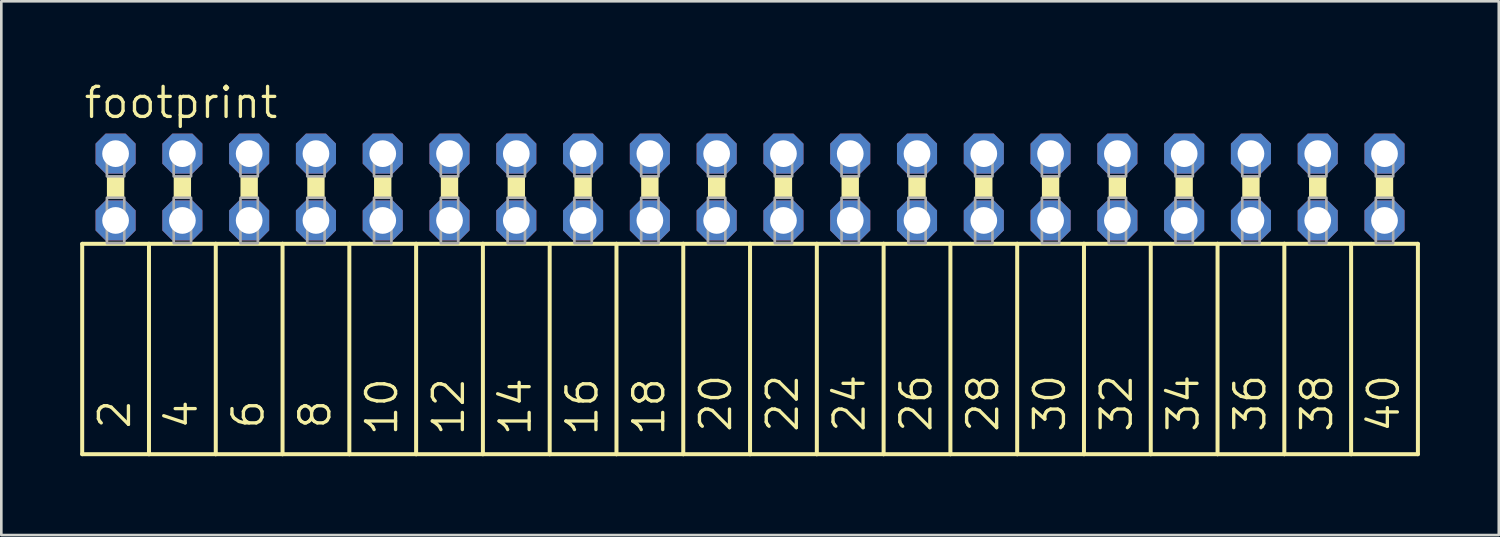
<source format=kicad_pcb>
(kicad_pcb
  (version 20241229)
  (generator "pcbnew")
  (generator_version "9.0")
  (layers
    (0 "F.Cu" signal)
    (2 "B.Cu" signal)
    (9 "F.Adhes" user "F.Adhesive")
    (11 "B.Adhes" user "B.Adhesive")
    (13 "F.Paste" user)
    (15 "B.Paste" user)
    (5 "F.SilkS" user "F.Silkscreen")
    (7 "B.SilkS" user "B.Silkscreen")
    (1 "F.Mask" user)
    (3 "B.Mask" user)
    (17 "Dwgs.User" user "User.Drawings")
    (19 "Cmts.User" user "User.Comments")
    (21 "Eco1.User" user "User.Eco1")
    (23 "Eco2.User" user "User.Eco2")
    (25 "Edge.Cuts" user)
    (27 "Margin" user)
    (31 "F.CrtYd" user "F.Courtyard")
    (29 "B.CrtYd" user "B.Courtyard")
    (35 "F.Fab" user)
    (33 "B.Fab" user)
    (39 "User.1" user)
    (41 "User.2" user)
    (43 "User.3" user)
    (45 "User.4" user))
  (footprint "footprint"
    (layer "F.Cu")
    (at 25.476 4.064)
    (property "Reference" "footprint" (at -25.4 -2.54 0) (layer "F.SilkS") (effects (font (size 1.143 1.143) (thickness 0.127)) (justify left bottom)))
    (fp_line (start -25.4 2.159) (end -25.4 10.16) (stroke (width 0.152) (type solid)) (layer "F.SilkS"))
    (fp_line (start -25.4 2.159) (end -22.86 2.159) (stroke (width 0.152) (type solid)) (layer "F.SilkS"))
    (fp_line (start -22.86 2.159) (end -22.86 10.16) (stroke (width 0.152) (type solid)) (layer "F.SilkS"))
    (fp_line (start -22.86 2.159) (end -20.32 2.159) (stroke (width 0.152) (type solid)) (layer "F.SilkS"))
    (fp_line (start -22.86 10.16) (end -25.4 10.16) (stroke (width 0.152) (type solid)) (layer "F.SilkS"))
    (fp_line (start -20.32 2.159) (end -20.32 10.16) (stroke (width 0.152) (type solid)) (layer "F.SilkS"))
    (fp_line (start -20.32 2.159) (end -17.78 2.159) (stroke (width 0.152) (type solid)) (layer "F.SilkS"))
    (fp_line (start -20.32 10.16) (end -22.86 10.16) (stroke (width 0.152) (type solid)) (layer "F.SilkS"))
    (fp_line (start -17.78 2.159) (end -17.78 10.16) (stroke (width 0.152) (type solid)) (layer "F.SilkS"))
    (fp_line (start -17.78 10.16) (end -20.32 10.16) (stroke (width 0.152) (type solid)) (layer "F.SilkS"))
    (fp_line (start -15.24 2.159) (end -17.78 2.159) (stroke (width 0.152) (type solid)) (layer "F.SilkS"))
    (fp_line (start -15.24 2.159) (end -15.24 10.16) (stroke (width 0.152) (type solid)) (layer "F.SilkS"))
    (fp_line (start -15.24 2.159) (end -12.7 2.159) (stroke (width 0.152) (type solid)) (layer "F.SilkS"))
    (fp_line (start -15.24 10.16) (end -17.78 10.16) (stroke (width 0.152) (type solid)) (layer "F.SilkS"))
    (fp_line (start -12.7 2.159) (end -12.7 10.16) (stroke (width 0.152) (type solid)) (layer "F.SilkS"))
    (fp_line (start -12.7 2.159) (end -10.16 2.159) (stroke (width 0.152) (type solid)) (layer "F.SilkS"))
    (fp_line (start -12.7 10.16) (end -15.24 10.16) (stroke (width 0.152) (type solid)) (layer "F.SilkS"))
    (fp_line (start -10.16 2.159) (end -10.16 10.16) (stroke (width 0.152) (type solid)) (layer "F.SilkS"))
    (fp_line (start -10.16 2.159) (end -7.62 2.159) (stroke (width 0.152) (type solid)) (layer "F.SilkS"))
    (fp_line (start -10.16 10.16) (end -12.7 10.16) (stroke (width 0.152) (type solid)) (layer "F.SilkS"))
    (fp_line (start -7.62 2.159) (end -7.62 10.16) (stroke (width 0.152) (type solid)) (layer "F.SilkS"))
    (fp_line (start -7.62 2.159) (end -5.08 2.159) (stroke (width 0.152) (type solid)) (layer "F.SilkS"))
    (fp_line (start -7.62 10.16) (end -10.16 10.16) (stroke (width 0.152) (type solid)) (layer "F.SilkS"))
    (fp_line (start -5.08 2.159) (end -5.08 10.16) (stroke (width 0.152) (type solid)) (layer "F.SilkS"))
    (fp_line (start -5.08 10.16) (end -7.62 10.16) (stroke (width 0.152) (type solid)) (layer "F.SilkS"))
    (fp_line (start -2.54 2.159) (end -5.08 2.159) (stroke (width 0.152) (type solid)) (layer "F.SilkS"))
    (fp_line (start -2.54 2.159) (end -2.54 10.16) (stroke (width 0.152) (type solid)) (layer "F.SilkS"))
    (fp_line (start -2.54 2.159) (end 0 2.159) (stroke (width 0.152) (type solid)) (layer "F.SilkS"))
    (fp_line (start -2.54 10.16) (end -5.08 10.16) (stroke (width 0.152) (type solid)) (layer "F.SilkS"))
    (fp_line (start 0 2.159) (end 0 10.16) (stroke (width 0.152) (type solid)) (layer "F.SilkS"))
    (fp_line (start 0 2.159) (end 2.54 2.159) (stroke (width 0.152) (type solid)) (layer "F.SilkS"))
    (fp_line (start 0 10.16) (end -2.54 10.16) (stroke (width 0.152) (type solid)) (layer "F.SilkS"))
    (fp_line (start 2.54 2.159) (end 2.54 10.16) (stroke (width 0.152) (type solid)) (layer "F.SilkS"))
    (fp_line (start 2.54 2.159) (end 5.08 2.159) (stroke (width 0.152) (type solid)) (layer "F.SilkS"))
    (fp_line (start 2.54 10.16) (end 0 10.16) (stroke (width 0.152) (type solid)) (layer "F.SilkS"))
    (fp_line (start 5.08 2.159) (end 5.08 10.16) (stroke (width 0.152) (type solid)) (layer "F.SilkS"))
    (fp_line (start 5.08 2.159) (end 7.62 2.159) (stroke (width 0.152) (type solid)) (layer "F.SilkS"))
    (fp_line (start 5.08 10.16) (end 2.54 10.16) (stroke (width 0.152) (type solid)) (layer "F.SilkS"))
    (fp_line (start 7.62 2.159) (end 7.62 10.16) (stroke (width 0.152) (type solid)) (layer "F.SilkS"))
    (fp_line (start 7.62 10.16) (end 5.08 10.16) (stroke (width 0.152) (type solid)) (layer "F.SilkS"))
    (fp_line (start 10.16 2.159) (end 7.62 2.159) (stroke (width 0.152) (type solid)) (layer "F.SilkS"))
    (fp_line (start 10.16 2.159) (end 10.16 10.16) (stroke (width 0.152) (type solid)) (layer "F.SilkS"))
    (fp_line (start 10.16 2.159) (end 12.7 2.159) (stroke (width 0.152) (type solid)) (layer "F.SilkS"))
    (fp_line (start 10.16 10.16) (end 7.62 10.16) (stroke (width 0.152) (type solid)) (layer "F.SilkS"))
    (fp_line (start 12.7 2.159) (end 12.7 10.16) (stroke (width 0.152) (type solid)) (layer "F.SilkS"))
    (fp_line (start 12.7 2.159) (end 15.24 2.159) (stroke (width 0.152) (type solid)) (layer "F.SilkS"))
    (fp_line (start 12.7 10.16) (end 10.16 10.16) (stroke (width 0.152) (type solid)) (layer "F.SilkS"))
    (fp_line (start 15.24 2.159) (end 15.24 10.16) (stroke (width 0.152) (type solid)) (layer "F.SilkS"))
    (fp_line (start 15.24 2.159) (end 17.78 2.159) (stroke (width 0.152) (type solid)) (layer "F.SilkS"))
    (fp_line (start 15.24 10.16) (end 12.7 10.16) (stroke (width 0.152) (type solid)) (layer "F.SilkS"))
    (fp_line (start 17.78 2.159) (end 17.78 10.16) (stroke (width 0.152) (type solid)) (layer "F.SilkS"))
    (fp_line (start 17.78 2.159) (end 20.32 2.159) (stroke (width 0.152) (type solid)) (layer "F.SilkS"))
    (fp_line (start 17.78 10.16) (end 15.24 10.16) (stroke (width 0.152) (type solid)) (layer "F.SilkS"))
    (fp_line (start 20.32 2.159) (end 20.32 10.16) (stroke (width 0.152) (type solid)) (layer "F.SilkS"))
    (fp_line (start 20.32 10.16) (end 17.78 10.16) (stroke (width 0.152) (type solid)) (layer "F.SilkS"))
    (fp_line (start 22.86 2.159) (end 20.32 2.159) (stroke (width 0.152) (type solid)) (layer "F.SilkS"))
    (fp_line (start 22.86 2.159) (end 22.86 10.16) (stroke (width 0.152) (type solid)) (layer "F.SilkS"))
    (fp_line (start 22.86 2.159) (end 25.4 2.159) (stroke (width 0.152) (type solid)) (layer "F.SilkS"))
    (fp_line (start 22.86 10.16) (end 20.32 10.16) (stroke (width 0.152) (type solid)) (layer "F.SilkS"))
    (fp_line (start 25.4 2.159) (end 25.4 10.16) (stroke (width 0.152) (type solid)) (layer "F.SilkS"))
    (fp_line (start 25.4 10.16) (end 22.86 10.16) (stroke (width 0.152) (type solid)) (layer "F.SilkS"))
    (fp_poly (pts (xy -24.46 0.406) (xy -23.8 0.406) (xy -23.8 -0.406) (xy -24.46 -0.406)) (stroke (width 0) (type solid)) (fill yes) (layer "F.SilkS"))
    (fp_poly (pts (xy -21.92 0.406) (xy -21.26 0.406) (xy -21.26 -0.406) (xy -21.92 -0.406)) (stroke (width 0) (type solid)) (fill yes) (layer "F.SilkS"))
    (fp_poly (pts (xy -19.38 0.406) (xy -18.72 0.406) (xy -18.72 -0.406) (xy -19.38 -0.406)) (stroke (width 0) (type solid)) (fill yes) (layer "F.SilkS"))
    (fp_poly (pts (xy -16.84 0.406) (xy -16.18 0.406) (xy -16.18 -0.406) (xy -16.84 -0.406)) (stroke (width 0) (type solid)) (fill yes) (layer "F.SilkS"))
    (fp_poly (pts (xy -14.3 0.406) (xy -13.64 0.406) (xy -13.64 -0.406) (xy -14.3 -0.406)) (stroke (width 0) (type solid)) (fill yes) (layer "F.SilkS"))
    (fp_poly (pts (xy -11.76 0.406) (xy -11.1 0.406) (xy -11.1 -0.406) (xy -11.76 -0.406)) (stroke (width 0) (type solid)) (fill yes) (layer "F.SilkS"))
    (fp_poly (pts (xy -9.22 0.406) (xy -8.56 0.406) (xy -8.56 -0.406) (xy -9.22 -0.406)) (stroke (width 0) (type solid)) (fill yes) (layer "F.SilkS"))
    (fp_poly (pts (xy -6.68 0.406) (xy -6.02 0.406) (xy -6.02 -0.406) (xy -6.68 -0.406)) (stroke (width 0) (type solid)) (fill yes) (layer "F.SilkS"))
    (fp_poly (pts (xy -4.14 0.406) (xy -3.48 0.406) (xy -3.48 -0.406) (xy -4.14 -0.406)) (stroke (width 0) (type solid)) (fill yes) (layer "F.SilkS"))
    (fp_poly (pts (xy -1.6 0.406) (xy -0.94 0.406) (xy -0.94 -0.406) (xy -1.6 -0.406)) (stroke (width 0) (type solid)) (fill yes) (layer "F.SilkS"))
    (fp_poly (pts (xy 0.94 0.406) (xy 1.6 0.406) (xy 1.6 -0.406) (xy 0.94 -0.406)) (stroke (width 0) (type solid)) (fill yes) (layer "F.SilkS"))
    (fp_poly (pts (xy 3.48 0.406) (xy 4.14 0.406) (xy 4.14 -0.406) (xy 3.48 -0.406)) (stroke (width 0) (type solid)) (fill yes) (layer "F.SilkS"))
    (fp_poly (pts (xy 6.02 0.406) (xy 6.68 0.406) (xy 6.68 -0.406) (xy 6.02 -0.406)) (stroke (width 0) (type solid)) (fill yes) (layer "F.SilkS"))
    (fp_poly (pts (xy 8.56 0.406) (xy 9.22 0.406) (xy 9.22 -0.406) (xy 8.56 -0.406)) (stroke (width 0) (type solid)) (fill yes) (layer "F.SilkS"))
    (fp_poly (pts (xy 11.1 0.406) (xy 11.76 0.406) (xy 11.76 -0.406) (xy 11.1 -0.406)) (stroke (width 0) (type solid)) (fill yes) (layer "F.SilkS"))
    (fp_poly (pts (xy 13.64 0.406) (xy 14.3 0.406) (xy 14.3 -0.406) (xy 13.64 -0.406)) (stroke (width 0) (type solid)) (fill yes) (layer "F.SilkS"))
    (fp_poly (pts (xy 16.18 0.406) (xy 16.84 0.406) (xy 16.84 -0.406) (xy 16.18 -0.406)) (stroke (width 0) (type solid)) (fill yes) (layer "F.SilkS"))
    (fp_poly (pts (xy 18.72 0.406) (xy 19.38 0.406) (xy 19.38 -0.406) (xy 18.72 -0.406)) (stroke (width 0) (type solid)) (fill yes) (layer "F.SilkS"))
    (fp_poly (pts (xy 21.26 0.406) (xy 21.92 0.406) (xy 21.92 -0.406) (xy 21.26 -0.406)) (stroke (width 0) (type solid)) (fill yes) (layer "F.SilkS"))
    (fp_poly (pts (xy 23.8 0.406) (xy 24.46 0.406) (xy 24.46 -0.406) (xy 23.8 -0.406)) (stroke (width 0) (type solid)) (fill yes) (layer "F.SilkS"))
    (fp_poly (pts (xy -24.46 -0.406) (xy -23.8 -0.406) (xy -23.8 -1.575) (xy -24.46 -1.575)) (stroke (width 0.1) (type solid)) (fill no) (layer "F.Fab"))
    (fp_poly (pts (xy -24.46 2.134) (xy -23.8 2.134) (xy -23.8 0.406) (xy -24.46 0.406)) (stroke (width 0.1) (type solid)) (fill no) (layer "F.Fab"))
    (fp_poly (pts (xy -21.92 -0.406) (xy -21.26 -0.406) (xy -21.26 -1.575) (xy -21.92 -1.575)) (stroke (width 0.1) (type solid)) (fill no) (layer "F.Fab"))
    (fp_poly (pts (xy -21.92 2.134) (xy -21.26 2.134) (xy -21.26 0.406) (xy -21.92 0.406)) (stroke (width 0.1) (type solid)) (fill no) (layer "F.Fab"))
    (fp_poly (pts (xy -19.38 -0.406) (xy -18.72 -0.406) (xy -18.72 -1.575) (xy -19.38 -1.575)) (stroke (width 0.1) (type solid)) (fill no) (layer "F.Fab"))
    (fp_poly (pts (xy -19.38 2.134) (xy -18.72 2.134) (xy -18.72 0.406) (xy -19.38 0.406)) (stroke (width 0.1) (type solid)) (fill no) (layer "F.Fab"))
    (fp_poly (pts (xy -16.84 -0.406) (xy -16.18 -0.406) (xy -16.18 -1.575) (xy -16.84 -1.575)) (stroke (width 0.1) (type solid)) (fill no) (layer "F.Fab"))
    (fp_poly (pts (xy -16.84 2.134) (xy -16.18 2.134) (xy -16.18 0.406) (xy -16.84 0.406)) (stroke (width 0.1) (type solid)) (fill no) (layer "F.Fab"))
    (fp_poly (pts (xy -14.3 -0.406) (xy -13.64 -0.406) (xy -13.64 -1.575) (xy -14.3 -1.575)) (stroke (width 0.1) (type solid)) (fill no) (layer "F.Fab"))
    (fp_poly (pts (xy -14.3 2.134) (xy -13.64 2.134) (xy -13.64 0.406) (xy -14.3 0.406)) (stroke (width 0.1) (type solid)) (fill no) (layer "F.Fab"))
    (fp_poly (pts (xy -11.76 -0.406) (xy -11.1 -0.406) (xy -11.1 -1.575) (xy -11.76 -1.575)) (stroke (width 0.1) (type solid)) (fill no) (layer "F.Fab"))
    (fp_poly (pts (xy -11.76 2.134) (xy -11.1 2.134) (xy -11.1 0.406) (xy -11.76 0.406)) (stroke (width 0.1) (type solid)) (fill no) (layer "F.Fab"))
    (fp_poly (pts (xy -9.22 -0.406) (xy -8.56 -0.406) (xy -8.56 -1.575) (xy -9.22 -1.575)) (stroke (width 0.1) (type solid)) (fill no) (layer "F.Fab"))
    (fp_poly (pts (xy -9.22 2.134) (xy -8.56 2.134) (xy -8.56 0.406) (xy -9.22 0.406)) (stroke (width 0.1) (type solid)) (fill no) (layer "F.Fab"))
    (fp_poly (pts (xy -6.68 -0.406) (xy -6.02 -0.406) (xy -6.02 -1.575) (xy -6.68 -1.575)) (stroke (width 0.1) (type solid)) (fill no) (layer "F.Fab"))
    (fp_poly (pts (xy -6.68 2.134) (xy -6.02 2.134) (xy -6.02 0.406) (xy -6.68 0.406)) (stroke (width 0.1) (type solid)) (fill no) (layer "F.Fab"))
    (fp_poly (pts (xy -4.14 -0.406) (xy -3.48 -0.406) (xy -3.48 -1.575) (xy -4.14 -1.575)) (stroke (width 0.1) (type solid)) (fill no) (layer "F.Fab"))
    (fp_poly (pts (xy -4.14 2.134) (xy -3.48 2.134) (xy -3.48 0.406) (xy -4.14 0.406)) (stroke (width 0.1) (type solid)) (fill no) (layer "F.Fab"))
    (fp_poly (pts (xy -1.6 -0.406) (xy -0.94 -0.406) (xy -0.94 -1.575) (xy -1.6 -1.575)) (stroke (width 0.1) (type solid)) (fill no) (layer "F.Fab"))
    (fp_poly (pts (xy -1.6 2.134) (xy -0.94 2.134) (xy -0.94 0.406) (xy -1.6 0.406)) (stroke (width 0.1) (type solid)) (fill no) (layer "F.Fab"))
    (fp_poly (pts (xy 0.94 -0.406) (xy 1.6 -0.406) (xy 1.6 -1.575) (xy 0.94 -1.575)) (stroke (width 0.1) (type solid)) (fill no) (layer "F.Fab"))
    (fp_poly (pts (xy 0.94 2.134) (xy 1.6 2.134) (xy 1.6 0.406) (xy 0.94 0.406)) (stroke (width 0.1) (type solid)) (fill no) (layer "F.Fab"))
    (fp_poly (pts (xy 3.48 -0.406) (xy 4.14 -0.406) (xy 4.14 -1.575) (xy 3.48 -1.575)) (stroke (width 0.1) (type solid)) (fill no) (layer "F.Fab"))
    (fp_poly (pts (xy 3.48 2.134) (xy 4.14 2.134) (xy 4.14 0.406) (xy 3.48 0.406)) (stroke (width 0.1) (type solid)) (fill no) (layer "F.Fab"))
    (fp_poly (pts (xy 6.02 -0.406) (xy 6.68 -0.406) (xy 6.68 -1.575) (xy 6.02 -1.575)) (stroke (width 0.1) (type solid)) (fill no) (layer "F.Fab"))
    (fp_poly (pts (xy 6.02 2.134) (xy 6.68 2.134) (xy 6.68 0.406) (xy 6.02 0.406)) (stroke (width 0.1) (type solid)) (fill no) (layer "F.Fab"))
    (fp_poly (pts (xy 8.56 -0.406) (xy 9.22 -0.406) (xy 9.22 -1.575) (xy 8.56 -1.575)) (stroke (width 0.1) (type solid)) (fill no) (layer "F.Fab"))
    (fp_poly (pts (xy 8.56 2.134) (xy 9.22 2.134) (xy 9.22 0.406) (xy 8.56 0.406)) (stroke (width 0.1) (type solid)) (fill no) (layer "F.Fab"))
    (fp_poly (pts (xy 11.1 -0.406) (xy 11.76 -0.406) (xy 11.76 -1.575) (xy 11.1 -1.575)) (stroke (width 0.1) (type solid)) (fill no) (layer "F.Fab"))
    (fp_poly (pts (xy 11.1 2.134) (xy 11.76 2.134) (xy 11.76 0.406) (xy 11.1 0.406)) (stroke (width 0.1) (type solid)) (fill no) (layer "F.Fab"))
    (fp_poly (pts (xy 13.64 -0.406) (xy 14.3 -0.406) (xy 14.3 -1.575) (xy 13.64 -1.575)) (stroke (width 0.1) (type solid)) (fill no) (layer "F.Fab"))
    (fp_poly (pts (xy 13.64 2.134) (xy 14.3 2.134) (xy 14.3 0.406) (xy 13.64 0.406)) (stroke (width 0.1) (type solid)) (fill no) (layer "F.Fab"))
    (fp_poly (pts (xy 16.18 -0.406) (xy 16.84 -0.406) (xy 16.84 -1.575) (xy 16.18 -1.575)) (stroke (width 0.1) (type solid)) (fill no) (layer "F.Fab"))
    (fp_poly (pts (xy 16.18 2.134) (xy 16.84 2.134) (xy 16.84 0.406) (xy 16.18 0.406)) (stroke (width 0.1) (type solid)) (fill no) (layer "F.Fab"))
    (fp_poly (pts (xy 18.72 -0.406) (xy 19.38 -0.406) (xy 19.38 -1.575) (xy 18.72 -1.575)) (stroke (width 0.1) (type solid)) (fill no) (layer "F.Fab"))
    (fp_poly (pts (xy 18.72 2.134) (xy 19.38 2.134) (xy 19.38 0.406) (xy 18.72 0.406)) (stroke (width 0.1) (type solid)) (fill no) (layer "F.Fab"))
    (fp_poly (pts (xy 21.26 -0.406) (xy 21.92 -0.406) (xy 21.92 -1.575) (xy 21.26 -1.575)) (stroke (width 0.1) (type solid)) (fill no) (layer "F.Fab"))
    (fp_poly (pts (xy 21.26 2.134) (xy 21.92 2.134) (xy 21.92 0.406) (xy 21.26 0.406)) (stroke (width 0.1) (type solid)) (fill no) (layer "F.Fab"))
    (fp_poly (pts (xy 23.8 -0.406) (xy 24.46 -0.406) (xy 24.46 -1.575) (xy 23.8 -1.575)) (stroke (width 0.1) (type solid)) (fill no) (layer "F.Fab"))
    (fp_poly (pts (xy 23.8 2.134) (xy 24.46 2.134) (xy 24.46 0.406) (xy 23.8 0.406)) (stroke (width 0.1) (type solid)) (fill no) (layer "F.Fab"))
    (fp_text user "40" (at 24.765 9.398 90) (layer "F.SilkS") (effects (font (size 1.143 1.143) (thickness 0.127)) (justify left bottom)))
    (fp_text user "2" (at -23.495 9.271 90) (layer "F.SilkS") (effects (font (size 1.143 1.143) (thickness 0.127)) (justify left bottom)))
    (fp_text user "8" (at -15.875 9.271 90) (layer "F.SilkS") (effects (font (size 1.143 1.143) (thickness 0.127)) (justify left bottom)))
    (fp_text user "24" (at 4.445 9.398 90) (layer "F.SilkS") (effects (font (size 1.143 1.143) (thickness 0.127)) (justify left bottom)))
    (fp_text user "28" (at 9.525 9.398 90) (layer "F.SilkS") (effects (font (size 1.143 1.143) (thickness 0.127)) (justify left bottom)))
    (fp_text user "38" (at 22.225 9.398 90) (layer "F.SilkS") (effects (font (size 1.143 1.143) (thickness 0.127)) (justify left bottom)))
    (fp_text user "22" (at 1.905 9.398 90) (layer "F.SilkS") (effects (font (size 1.143 1.143) (thickness 0.127)) (justify left bottom)))
    (fp_text user "34" (at 17.145 9.398 90) (layer "F.SilkS") (effects (font (size 1.143 1.143) (thickness 0.127)) (justify left bottom)))
    (fp_text user "12" (at -10.795 9.525 90) (layer "F.SilkS") (effects (font (size 1.143 1.143) (thickness 0.127)) (justify left bottom)))
    (fp_text user "20" (at -0.635 9.398 90) (layer "F.SilkS") (effects (font (size 1.143 1.143) (thickness 0.127)) (justify left bottom)))
    (fp_text user "32" (at 14.605 9.398 90) (layer "F.SilkS") (effects (font (size 1.143 1.143) (thickness 0.127)) (justify left bottom)))
    (fp_text user "18" (at -3.175 9.525 90) (layer "F.SilkS") (effects (font (size 1.143 1.143) (thickness 0.127)) (justify left bottom)))
    (fp_text user "6" (at -18.415 9.271 90) (layer "F.SilkS") (effects (font (size 1.143 1.143) (thickness 0.127)) (justify left bottom)))
    (fp_text user "26" (at 6.985 9.398 90) (layer "F.SilkS") (effects (font (size 1.143 1.143) (thickness 0.127)) (justify left bottom)))
    (fp_text user "4" (at -20.955 9.271 90) (layer "F.SilkS") (effects (font (size 1.143 1.143) (thickness 0.127)) (justify left bottom)))
    (fp_text user "16" (at -5.715 9.525 90) (layer "F.SilkS") (effects (font (size 1.143 1.143) (thickness 0.127)) (justify left bottom)))
    (fp_text user "14" (at -8.255 9.525 90) (layer "F.SilkS") (effects (font (size 1.143 1.143) (thickness 0.127)) (justify left bottom)))
    (fp_text user "10" (at -13.335 9.525 90) (layer "F.SilkS") (effects (font (size 1.143 1.143) (thickness 0.127)) (justify left bottom)))
    (fp_text user "36" (at 19.685 9.398 90) (layer "F.SilkS") (effects (font (size 1.143 1.143) (thickness 0.127)) (justify left bottom)))
    (fp_text user "30" (at 12.065 9.398 90) (layer "F.SilkS") (effects (font (size 1.143 1.143) (thickness 0.127)) (justify left bottom)))
    (pad "1" thru_hole roundrect (at -24.13 -1.27) (size 1.524 1.524) (drill 1.016) (layers "*.Cu" "*.Mask") (roundrect_rratio 0.25) (chamfer_ratio 0.25) (chamfer top_left top_right bottom_left bottom_right))
    (pad "2" thru_hole roundrect (at -24.13 1.27) (size 1.524 1.524) (drill 1.016) (layers "*.Cu" "*.Mask") (roundrect_rratio 0.25) (chamfer_ratio 0.25) (chamfer top_left top_right bottom_left bottom_right))
    (pad "3" thru_hole roundrect (at -21.59 -1.27) (size 1.524 1.524) (drill 1.016) (layers "*.Cu" "*.Mask") (roundrect_rratio 0.25) (chamfer_ratio 0.25) (chamfer top_left top_right bottom_left bottom_right))
    (pad "4" thru_hole roundrect (at -21.59 1.27) (size 1.524 1.524) (drill 1.016) (layers "*.Cu" "*.Mask") (roundrect_rratio 0.25) (chamfer_ratio 0.25) (chamfer top_left top_right bottom_left bottom_right))
    (pad "5" thru_hole roundrect (at -19.05 -1.27) (size 1.524 1.524) (drill 1.016) (layers "*.Cu" "*.Mask") (roundrect_rratio 0.25) (chamfer_ratio 0.25) (chamfer top_left top_right bottom_left bottom_right))
    (pad "6" thru_hole roundrect (at -19.05 1.27) (size 1.524 1.524) (drill 1.016) (layers "*.Cu" "*.Mask") (roundrect_rratio 0.25) (chamfer_ratio 0.25) (chamfer top_left top_right bottom_left bottom_right))
    (pad "7" thru_hole roundrect (at -16.51 -1.27) (size 1.524 1.524) (drill 1.016) (layers "*.Cu" "*.Mask") (roundrect_rratio 0.25) (chamfer_ratio 0.25) (chamfer top_left top_right bottom_left bottom_right))
    (pad "8" thru_hole roundrect (at -16.51 1.27) (size 1.524 1.524) (drill 1.016) (layers "*.Cu" "*.Mask") (roundrect_rratio 0.25) (chamfer_ratio 0.25) (chamfer top_left top_right bottom_left bottom_right))
    (pad "9" thru_hole roundrect (at -13.97 -1.27) (size 1.524 1.524) (drill 1.016) (layers "*.Cu" "*.Mask") (roundrect_rratio 0.25) (chamfer_ratio 0.25) (chamfer top_left top_right bottom_left bottom_right))
    (pad "10" thru_hole roundrect (at -13.97 1.27) (size 1.524 1.524) (drill 1.016) (layers "*.Cu" "*.Mask") (roundrect_rratio 0.25) (chamfer_ratio 0.25) (chamfer top_left top_right bottom_left bottom_right))
    (pad "11" thru_hole roundrect (at -11.43 -1.27) (size 1.524 1.524) (drill 1.016) (layers "*.Cu" "*.Mask") (roundrect_rratio 0.25) (chamfer_ratio 0.25) (chamfer top_left top_right bottom_left bottom_right))
    (pad "12" thru_hole roundrect (at -11.43 1.27) (size 1.524 1.524) (drill 1.016) (layers "*.Cu" "*.Mask") (roundrect_rratio 0.25) (chamfer_ratio 0.25) (chamfer top_left top_right bottom_left bottom_right))
    (pad "13" thru_hole roundrect (at -8.89 -1.27) (size 1.524 1.524) (drill 1.016) (layers "*.Cu" "*.Mask") (roundrect_rratio 0.25) (chamfer_ratio 0.25) (chamfer top_left top_right bottom_left bottom_right))
    (pad "14" thru_hole roundrect (at -8.89 1.27) (size 1.524 1.524) (drill 1.016) (layers "*.Cu" "*.Mask") (roundrect_rratio 0.25) (chamfer_ratio 0.25) (chamfer top_left top_right bottom_left bottom_right))
    (pad "15" thru_hole roundrect (at -6.35 -1.27) (size 1.524 1.524) (drill 1.016) (layers "*.Cu" "*.Mask") (roundrect_rratio 0.25) (chamfer_ratio 0.25) (chamfer top_left top_right bottom_left bottom_right))
    (pad "16" thru_hole roundrect (at -6.35 1.27) (size 1.524 1.524) (drill 1.016) (layers "*.Cu" "*.Mask") (roundrect_rratio 0.25) (chamfer_ratio 0.25) (chamfer top_left top_right bottom_left bottom_right))
    (pad "17" thru_hole roundrect (at -3.81 -1.27) (size 1.524 1.524) (drill 1.016) (layers "*.Cu" "*.Mask") (roundrect_rratio 0.25) (chamfer_ratio 0.25) (chamfer top_left top_right bottom_left bottom_right))
    (pad "18" thru_hole roundrect (at -3.81 1.27) (size 1.524 1.524) (drill 1.016) (layers "*.Cu" "*.Mask") (roundrect_rratio 0.25) (chamfer_ratio 0.25) (chamfer top_left top_right bottom_left bottom_right))
    (pad "19" thru_hole roundrect (at -1.27 -1.27) (size 1.524 1.524) (drill 1.016) (layers "*.Cu" "*.Mask") (roundrect_rratio 0.25) (chamfer_ratio 0.25) (chamfer top_left top_right bottom_left bottom_right))
    (pad "20" thru_hole roundrect (at -1.27 1.27) (size 1.524 1.524) (drill 1.016) (layers "*.Cu" "*.Mask") (roundrect_rratio 0.25) (chamfer_ratio 0.25) (chamfer top_left top_right bottom_left bottom_right))
    (pad "21" thru_hole roundrect (at 1.27 -1.27) (size 1.524 1.524) (drill 1.016) (layers "*.Cu" "*.Mask") (roundrect_rratio 0.25) (chamfer_ratio 0.25) (chamfer top_left top_right bottom_left bottom_right))
    (pad "22" thru_hole roundrect (at 1.27 1.27) (size 1.524 1.524) (drill 1.016) (layers "*.Cu" "*.Mask") (roundrect_rratio 0.25) (chamfer_ratio 0.25) (chamfer top_left top_right bottom_left bottom_right))
    (pad "23" thru_hole roundrect (at 3.81 -1.27) (size 1.524 1.524) (drill 1.016) (layers "*.Cu" "*.Mask") (roundrect_rratio 0.25) (chamfer_ratio 0.25) (chamfer top_left top_right bottom_left bottom_right))
    (pad "24" thru_hole roundrect (at 3.81 1.27) (size 1.524 1.524) (drill 1.016) (layers "*.Cu" "*.Mask") (roundrect_rratio 0.25) (chamfer_ratio 0.25) (chamfer top_left top_right bottom_left bottom_right))
    (pad "25" thru_hole roundrect (at 6.35 -1.27) (size 1.524 1.524) (drill 1.016) (layers "*.Cu" "*.Mask") (roundrect_rratio 0.25) (chamfer_ratio 0.25) (chamfer top_left top_right bottom_left bottom_right))
    (pad "26" thru_hole roundrect (at 6.35 1.27) (size 1.524 1.524) (drill 1.016) (layers "*.Cu" "*.Mask") (roundrect_rratio 0.25) (chamfer_ratio 0.25) (chamfer top_left top_right bottom_left bottom_right))
    (pad "27" thru_hole roundrect (at 8.89 -1.27) (size 1.524 1.524) (drill 1.016) (layers "*.Cu" "*.Mask") (roundrect_rratio 0.25) (chamfer_ratio 0.25) (chamfer top_left top_right bottom_left bottom_right))
    (pad "28" thru_hole roundrect (at 8.89 1.27) (size 1.524 1.524) (drill 1.016) (layers "*.Cu" "*.Mask") (roundrect_rratio 0.25) (chamfer_ratio 0.25) (chamfer top_left top_right bottom_left bottom_right))
    (pad "29" thru_hole roundrect (at 11.43 -1.27) (size 1.524 1.524) (drill 1.016) (layers "*.Cu" "*.Mask") (roundrect_rratio 0.25) (chamfer_ratio 0.25) (chamfer top_left top_right bottom_left bottom_right))
    (pad "30" thru_hole roundrect (at 11.43 1.27) (size 1.524 1.524) (drill 1.016) (layers "*.Cu" "*.Mask") (roundrect_rratio 0.25) (chamfer_ratio 0.25) (chamfer top_left top_right bottom_left bottom_right))
    (pad "31" thru_hole roundrect (at 13.97 -1.27) (size 1.524 1.524) (drill 1.016) (layers "*.Cu" "*.Mask") (roundrect_rratio 0.25) (chamfer_ratio 0.25) (chamfer top_left top_right bottom_left bottom_right))
    (pad "32" thru_hole roundrect (at 13.97 1.27) (size 1.524 1.524) (drill 1.016) (layers "*.Cu" "*.Mask") (roundrect_rratio 0.25) (chamfer_ratio 0.25) (chamfer top_left top_right bottom_left bottom_right))
    (pad "33" thru_hole roundrect (at 16.51 -1.27) (size 1.524 1.524) (drill 1.016) (layers "*.Cu" "*.Mask") (roundrect_rratio 0.25) (chamfer_ratio 0.25) (chamfer top_left top_right bottom_left bottom_right))
    (pad "34" thru_hole roundrect (at 16.51 1.27) (size 1.524 1.524) (drill 1.016) (layers "*.Cu" "*.Mask") (roundrect_rratio 0.25) (chamfer_ratio 0.25) (chamfer top_left top_right bottom_left bottom_right))
    (pad "35" thru_hole roundrect (at 19.05 -1.27) (size 1.524 1.524) (drill 1.016) (layers "*.Cu" "*.Mask") (roundrect_rratio 0.25) (chamfer_ratio 0.25) (chamfer top_left top_right bottom_left bottom_right))
    (pad "36" thru_hole roundrect (at 19.05 1.27) (size 1.524 1.524) (drill 1.016) (layers "*.Cu" "*.Mask") (roundrect_rratio 0.25) (chamfer_ratio 0.25) (chamfer top_left top_right bottom_left bottom_right))
    (pad "37" thru_hole roundrect (at 21.59 -1.27) (size 1.524 1.524) (drill 1.016) (layers "*.Cu" "*.Mask") (roundrect_rratio 0.25) (chamfer_ratio 0.25) (chamfer top_left top_right bottom_left bottom_right))
    (pad "38" thru_hole roundrect (at 21.59 1.27) (size 1.524 1.524) (drill 1.016) (layers "*.Cu" "*.Mask") (roundrect_rratio 0.25) (chamfer_ratio 0.25) (chamfer top_left top_right bottom_left bottom_right))
    (pad "39" thru_hole roundrect (at 24.13 -1.27) (size 1.524 1.524) (drill 1.016) (layers "*.Cu" "*.Mask") (roundrect_rratio 0.25) (chamfer_ratio 0.25) (chamfer top_left top_right bottom_left bottom_right))
    (pad "40" thru_hole roundrect (at 24.13 1.27) (size 1.524 1.524) (drill 1.016) (layers "*.Cu" "*.Mask") (roundrect_rratio 0.25) (chamfer_ratio 0.25) (chamfer top_left top_right bottom_left bottom_right)))
  (gr_rect
    (start -3 -3)
    (end 53.952 17.3)
    (stroke (width 0.1) (type default))
    (fill no)
    (layer "Edge.Cuts")))
</source>
